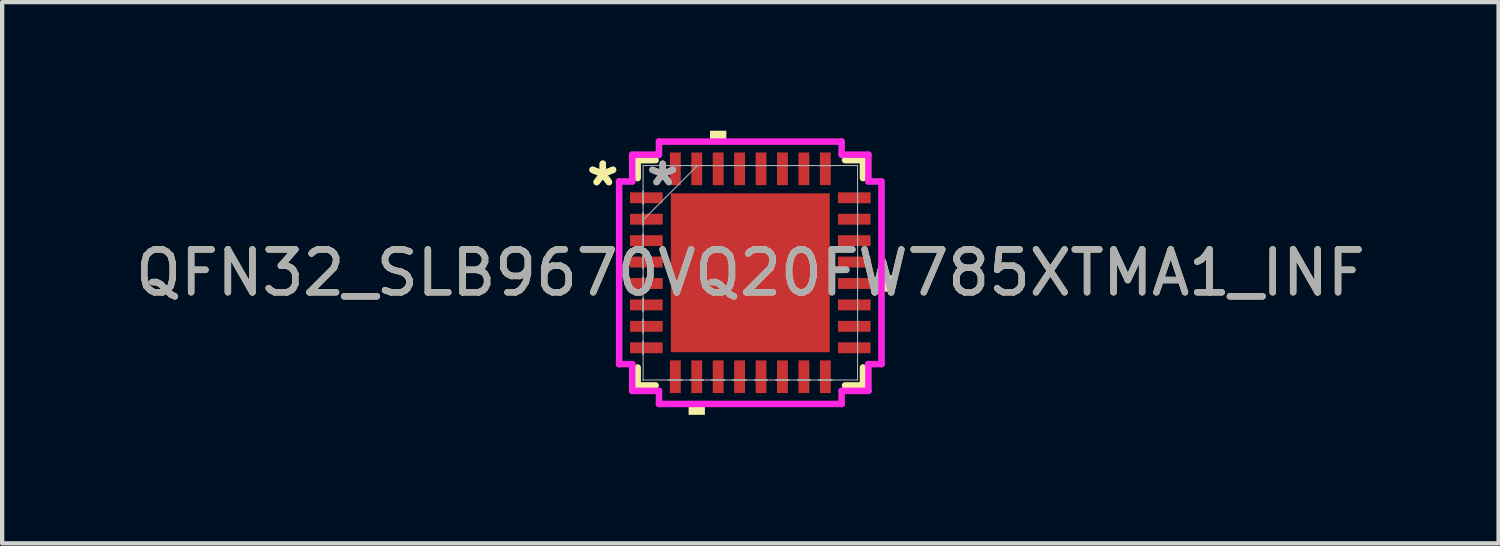
<source format=kicad_pcb>
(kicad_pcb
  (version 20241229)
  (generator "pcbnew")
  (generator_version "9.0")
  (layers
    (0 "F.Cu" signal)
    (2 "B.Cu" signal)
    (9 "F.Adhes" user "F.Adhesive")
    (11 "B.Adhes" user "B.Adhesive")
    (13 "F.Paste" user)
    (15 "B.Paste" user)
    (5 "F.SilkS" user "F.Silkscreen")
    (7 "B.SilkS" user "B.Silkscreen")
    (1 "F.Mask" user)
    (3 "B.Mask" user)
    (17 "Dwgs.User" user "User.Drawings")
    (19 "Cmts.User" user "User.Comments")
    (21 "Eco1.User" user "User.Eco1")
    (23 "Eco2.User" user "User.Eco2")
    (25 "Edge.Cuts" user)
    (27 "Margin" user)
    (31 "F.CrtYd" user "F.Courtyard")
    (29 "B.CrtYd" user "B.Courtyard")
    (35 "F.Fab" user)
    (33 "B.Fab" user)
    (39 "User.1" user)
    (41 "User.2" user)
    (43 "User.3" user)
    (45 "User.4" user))
  (footprint "QFN32_SLB9670VQ20FW785XTMA1_INF"
    (layer "F.Cu")
    (at 14.458 3.315)
    (property "Reference" "QFN32_SLB9670VQ20FW785XTMA1_INF" (at 0 0 0) (unlocked yes) (layer "F.SilkS") (effects (font (size 1 1) (thickness 0.15))))
    (attr smd)
    (fp_line (start -2.629 -2.629) (end -2.629 -2.21) (stroke (width 0.152) (type solid)) (layer "F.SilkS"))
    (fp_line (start -2.629 2.21) (end -2.629 2.629) (stroke (width 0.152) (type solid)) (layer "F.SilkS"))
    (fp_line (start -2.629 2.629) (end -2.21 2.629) (stroke (width 0.152) (type solid)) (layer "F.SilkS"))
    (fp_line (start -2.21 -2.629) (end -2.629 -2.629) (stroke (width 0.152) (type solid)) (layer "F.SilkS"))
    (fp_line (start 2.21 2.629) (end 2.629 2.629) (stroke (width 0.152) (type solid)) (layer "F.SilkS"))
    (fp_line (start 2.629 -2.629) (end 2.21 -2.629) (stroke (width 0.152) (type solid)) (layer "F.SilkS"))
    (fp_line (start 2.629 -2.21) (end 2.629 -2.629) (stroke (width 0.152) (type solid)) (layer "F.SilkS"))
    (fp_line (start 2.629 2.629) (end 2.629 2.21) (stroke (width 0.152) (type solid)) (layer "F.SilkS"))
    (fp_poly (pts (xy -1.44 3.061) (xy -1.44 3.315) (xy -1.06 3.315) (xy -1.06 3.061)) (stroke (width 0) (type solid)) (fill yes) (layer "F.SilkS"))
    (fp_poly (pts (xy -0.941 -3.061) (xy -0.941 -3.315) (xy -0.56 -3.315) (xy -0.56 -3.061)) (stroke (width 0) (type solid)) (fill yes) (layer "F.SilkS"))
    (fp_poly (pts (xy 3.315 0.059) (xy 3.315 0.441) (xy 3.061 0.441) (xy 3.061 0.059)) (stroke (width 0) (type solid)) (fill yes) (layer "F.SilkS"))
    (fp_poly (pts (xy -1.754 -1.754) (xy -1.754 -0.1) (xy -0.1 -0.1) (xy -0.1 -1.754)) (stroke (width 0) (type solid)) (fill yes) (layer "F.Paste"))
    (fp_poly (pts (xy -1.754 0.1) (xy -1.754 1.754) (xy -0.1 1.754) (xy -0.1 0.1)) (stroke (width 0) (type solid)) (fill yes) (layer "F.Paste"))
    (fp_poly (pts (xy 0.1 -1.754) (xy 0.1 -0.1) (xy 1.754 -0.1) (xy 1.754 -1.754)) (stroke (width 0) (type solid)) (fill yes) (layer "F.Paste"))
    (fp_poly (pts (xy 0.1 0.1) (xy 0.1 1.754) (xy 1.754 1.754) (xy 1.754 0.1)) (stroke (width 0) (type solid)) (fill yes) (layer "F.Paste"))
    (fp_line (start -3.061 -2.131) (end -2.756 -2.131) (stroke (width 0.152) (type solid)) (layer "F.CrtYd"))
    (fp_line (start -3.061 2.131) (end -3.061 -2.131) (stroke (width 0.152) (type solid)) (layer "F.CrtYd"))
    (fp_line (start -2.756 -2.756) (end -2.131 -2.756) (stroke (width 0.152) (type solid)) (layer "F.CrtYd"))
    (fp_line (start -2.756 -2.131) (end -2.756 -2.756) (stroke (width 0.152) (type solid)) (layer "F.CrtYd"))
    (fp_line (start -2.756 2.131) (end -3.061 2.131) (stroke (width 0.152) (type solid)) (layer "F.CrtYd"))
    (fp_line (start -2.756 2.756) (end -2.756 2.131) (stroke (width 0.152) (type solid)) (layer "F.CrtYd"))
    (fp_line (start -2.131 -3.061) (end 2.131 -3.061) (stroke (width 0.152) (type solid)) (layer "F.CrtYd"))
    (fp_line (start -2.131 -2.756) (end -2.131 -3.061) (stroke (width 0.152) (type solid)) (layer "F.CrtYd"))
    (fp_line (start -2.131 2.756) (end -2.756 2.756) (stroke (width 0.152) (type solid)) (layer "F.CrtYd"))
    (fp_line (start -2.131 3.061) (end -2.131 2.756) (stroke (width 0.152) (type solid)) (layer "F.CrtYd"))
    (fp_line (start 2.131 -3.061) (end 2.131 -2.756) (stroke (width 0.152) (type solid)) (layer "F.CrtYd"))
    (fp_line (start 2.131 -2.756) (end 2.756 -2.756) (stroke (width 0.152) (type solid)) (layer "F.CrtYd"))
    (fp_line (start 2.131 2.756) (end 2.131 3.061) (stroke (width 0.152) (type solid)) (layer "F.CrtYd"))
    (fp_line (start 2.131 3.061) (end -2.131 3.061) (stroke (width 0.152) (type solid)) (layer "F.CrtYd"))
    (fp_line (start 2.756 -2.756) (end 2.756 -2.131) (stroke (width 0.152) (type solid)) (layer "F.CrtYd"))
    (fp_line (start 2.756 -2.131) (end 3.061 -2.131) (stroke (width 0.152) (type solid)) (layer "F.CrtYd"))
    (fp_line (start 2.756 2.131) (end 2.756 2.756) (stroke (width 0.152) (type solid)) (layer "F.CrtYd"))
    (fp_line (start 2.756 2.756) (end 2.131 2.756) (stroke (width 0.152) (type solid)) (layer "F.CrtYd"))
    (fp_line (start 3.061 -2.131) (end 3.061 2.131) (stroke (width 0.152) (type solid)) (layer "F.CrtYd"))
    (fp_line (start 3.061 2.131) (end 2.756 2.131) (stroke (width 0.152) (type solid)) (layer "F.CrtYd"))
    (fp_line (start -2.502 -2.502) (end -2.502 -2.502) (stroke (width 0.025) (type solid)) (layer "F.Fab"))
    (fp_line (start -2.502 -2.502) (end -2.502 2.502) (stroke (width 0.025) (type solid)) (layer "F.Fab"))
    (fp_line (start -2.502 -1.902) (end -2.502 -1.902) (stroke (width 0.025) (type solid)) (layer "F.Fab"))
    (fp_line (start -2.502 -1.902) (end -2.502 -1.598) (stroke (width 0.025) (type solid)) (layer "F.Fab"))
    (fp_line (start -2.502 -1.598) (end -2.502 -1.902) (stroke (width 0.025) (type solid)) (layer "F.Fab"))
    (fp_line (start -2.502 -1.598) (end -2.502 -1.598) (stroke (width 0.025) (type solid)) (layer "F.Fab"))
    (fp_line (start -2.502 -1.402) (end -2.502 -1.402) (stroke (width 0.025) (type solid)) (layer "F.Fab"))
    (fp_line (start -2.502 -1.402) (end -2.502 -1.098) (stroke (width 0.025) (type solid)) (layer "F.Fab"))
    (fp_line (start -2.502 -1.232) (end -1.232 -2.502) (stroke (width 0.025) (type solid)) (layer "F.Fab"))
    (fp_line (start -2.502 -1.098) (end -2.502 -1.402) (stroke (width 0.025) (type solid)) (layer "F.Fab"))
    (fp_line (start -2.502 -1.098) (end -2.502 -1.098) (stroke (width 0.025) (type solid)) (layer "F.Fab"))
    (fp_line (start -2.502 -0.902) (end -2.502 -0.902) (stroke (width 0.025) (type solid)) (layer "F.Fab"))
    (fp_line (start -2.502 -0.902) (end -2.502 -0.598) (stroke (width 0.025) (type solid)) (layer "F.Fab"))
    (fp_line (start -2.502 -0.598) (end -2.502 -0.902) (stroke (width 0.025) (type solid)) (layer "F.Fab"))
    (fp_line (start -2.502 -0.598) (end -2.502 -0.598) (stroke (width 0.025) (type solid)) (layer "F.Fab"))
    (fp_line (start -2.502 -0.402) (end -2.502 -0.402) (stroke (width 0.025) (type solid)) (layer "F.Fab"))
    (fp_line (start -2.502 -0.402) (end -2.502 -0.098) (stroke (width 0.025) (type solid)) (layer "F.Fab"))
    (fp_line (start -2.502 -0.098) (end -2.502 -0.402) (stroke (width 0.025) (type solid)) (layer "F.Fab"))
    (fp_line (start -2.502 -0.098) (end -2.502 -0.098) (stroke (width 0.025) (type solid)) (layer "F.Fab"))
    (fp_line (start -2.502 0.098) (end -2.502 0.098) (stroke (width 0.025) (type solid)) (layer "F.Fab"))
    (fp_line (start -2.502 0.098) (end -2.502 0.402) (stroke (width 0.025) (type solid)) (layer "F.Fab"))
    (fp_line (start -2.502 0.402) (end -2.502 0.098) (stroke (width 0.025) (type solid)) (layer "F.Fab"))
    (fp_line (start -2.502 0.402) (end -2.502 0.402) (stroke (width 0.025) (type solid)) (layer "F.Fab"))
    (fp_line (start -2.502 0.598) (end -2.502 0.598) (stroke (width 0.025) (type solid)) (layer "F.Fab"))
    (fp_line (start -2.502 0.598) (end -2.502 0.902) (stroke (width 0.025) (type solid)) (layer "F.Fab"))
    (fp_line (start -2.502 0.902) (end -2.502 0.598) (stroke (width 0.025) (type solid)) (layer "F.Fab"))
    (fp_line (start -2.502 0.902) (end -2.502 0.902) (stroke (width 0.025) (type solid)) (layer "F.Fab"))
    (fp_line (start -2.502 1.098) (end -2.502 1.098) (stroke (width 0.025) (type solid)) (layer "F.Fab"))
    (fp_line (start -2.502 1.098) (end -2.502 1.402) (stroke (width 0.025) (type solid)) (layer "F.Fab"))
    (fp_line (start -2.502 1.402) (end -2.502 1.098) (stroke (width 0.025) (type solid)) (layer "F.Fab"))
    (fp_line (start -2.502 1.402) (end -2.502 1.402) (stroke (width 0.025) (type solid)) (layer "F.Fab"))
    (fp_line (start -2.502 1.598) (end -2.502 1.598) (stroke (width 0.025) (type solid)) (layer "F.Fab"))
    (fp_line (start -2.502 1.598) (end -2.502 1.902) (stroke (width 0.025) (type solid)) (layer "F.Fab"))
    (fp_line (start -2.502 1.902) (end -2.502 1.598) (stroke (width 0.025) (type solid)) (layer "F.Fab"))
    (fp_line (start -2.502 1.902) (end -2.502 1.902) (stroke (width 0.025) (type solid)) (layer "F.Fab"))
    (fp_line (start -2.502 2.502) (end -2.502 2.502) (stroke (width 0.025) (type solid)) (layer "F.Fab"))
    (fp_line (start -2.502 2.502) (end 2.502 2.502) (stroke (width 0.025) (type solid)) (layer "F.Fab"))
    (fp_line (start -1.902 -2.502) (end -1.902 -2.502) (stroke (width 0.025) (type solid)) (layer "F.Fab"))
    (fp_line (start -1.902 -2.502) (end -1.598 -2.502) (stroke (width 0.025) (type solid)) (layer "F.Fab"))
    (fp_line (start -1.902 2.502) (end -1.902 2.502) (stroke (width 0.025) (type solid)) (layer "F.Fab"))
    (fp_line (start -1.902 2.502) (end -1.598 2.502) (stroke (width 0.025) (type solid)) (layer "F.Fab"))
    (fp_line (start -1.598 -2.502) (end -1.902 -2.502) (stroke (width 0.025) (type solid)) (layer "F.Fab"))
    (fp_line (start -1.598 -2.502) (end -1.598 -2.502) (stroke (width 0.025) (type solid)) (layer "F.Fab"))
    (fp_line (start -1.598 2.502) (end -1.902 2.502) (stroke (width 0.025) (type solid)) (layer "F.Fab"))
    (fp_line (start -1.598 2.502) (end -1.598 2.502) (stroke (width 0.025) (type solid)) (layer "F.Fab"))
    (fp_line (start -1.402 -2.502) (end -1.402 -2.502) (stroke (width 0.025) (type solid)) (layer "F.Fab"))
    (fp_line (start -1.402 -2.502) (end -1.098 -2.502) (stroke (width 0.025) (type solid)) (layer "F.Fab"))
    (fp_line (start -1.402 2.502) (end -1.402 2.502) (stroke (width 0.025) (type solid)) (layer "F.Fab"))
    (fp_line (start -1.402 2.502) (end -1.098 2.502) (stroke (width 0.025) (type solid)) (layer "F.Fab"))
    (fp_line (start -1.098 -2.502) (end -1.402 -2.502) (stroke (width 0.025) (type solid)) (layer "F.Fab"))
    (fp_line (start -1.098 -2.502) (end -1.098 -2.502) (stroke (width 0.025) (type solid)) (layer "F.Fab"))
    (fp_line (start -1.098 2.502) (end -1.402 2.502) (stroke (width 0.025) (type solid)) (layer "F.Fab"))
    (fp_line (start -1.098 2.502) (end -1.098 2.502) (stroke (width 0.025) (type solid)) (layer "F.Fab"))
    (fp_line (start -0.902 -2.502) (end -0.902 -2.502) (stroke (width 0.025) (type solid)) (layer "F.Fab"))
    (fp_line (start -0.902 -2.502) (end -0.598 -2.502) (stroke (width 0.025) (type solid)) (layer "F.Fab"))
    (fp_line (start -0.902 2.502) (end -0.902 2.502) (stroke (width 0.025) (type solid)) (layer "F.Fab"))
    (fp_line (start -0.902 2.502) (end -0.598 2.502) (stroke (width 0.025) (type solid)) (layer "F.Fab"))
    (fp_line (start -0.598 -2.502) (end -0.902 -2.502) (stroke (width 0.025) (type solid)) (layer "F.Fab"))
    (fp_line (start -0.598 -2.502) (end -0.598 -2.502) (stroke (width 0.025) (type solid)) (layer "F.Fab"))
    (fp_line (start -0.598 2.502) (end -0.902 2.502) (stroke (width 0.025) (type solid)) (layer "F.Fab"))
    (fp_line (start -0.598 2.502) (end -0.598 2.502) (stroke (width 0.025) (type solid)) (layer "F.Fab"))
    (fp_line (start -0.402 -2.502) (end -0.402 -2.502) (stroke (width 0.025) (type solid)) (layer "F.Fab"))
    (fp_line (start -0.402 -2.502) (end -0.098 -2.502) (stroke (width 0.025) (type solid)) (layer "F.Fab"))
    (fp_line (start -0.402 2.502) (end -0.402 2.502) (stroke (width 0.025) (type solid)) (layer "F.Fab"))
    (fp_line (start -0.402 2.502) (end -0.098 2.502) (stroke (width 0.025) (type solid)) (layer "F.Fab"))
    (fp_line (start -0.098 -2.502) (end -0.402 -2.502) (stroke (width 0.025) (type solid)) (layer "F.Fab"))
    (fp_line (start -0.098 -2.502) (end -0.098 -2.502) (stroke (width 0.025) (type solid)) (layer "F.Fab"))
    (fp_line (start -0.098 2.502) (end -0.402 2.502) (stroke (width 0.025) (type solid)) (layer "F.Fab"))
    (fp_line (start -0.098 2.502) (end -0.098 2.502) (stroke (width 0.025) (type solid)) (layer "F.Fab"))
    (fp_line (start 0.098 -2.502) (end 0.098 -2.502) (stroke (width 0.025) (type solid)) (layer "F.Fab"))
    (fp_line (start 0.098 -2.502) (end 0.402 -2.502) (stroke (width 0.025) (type solid)) (layer "F.Fab"))
    (fp_line (start 0.098 2.502) (end 0.098 2.502) (stroke (width 0.025) (type solid)) (layer "F.Fab"))
    (fp_line (start 0.098 2.502) (end 0.402 2.502) (stroke (width 0.025) (type solid)) (layer "F.Fab"))
    (fp_line (start 0.402 -2.502) (end 0.098 -2.502) (stroke (width 0.025) (type solid)) (layer "F.Fab"))
    (fp_line (start 0.402 -2.502) (end 0.402 -2.502) (stroke (width 0.025) (type solid)) (layer "F.Fab"))
    (fp_line (start 0.402 2.502) (end 0.098 2.502) (stroke (width 0.025) (type solid)) (layer "F.Fab"))
    (fp_line (start 0.402 2.502) (end 0.402 2.502) (stroke (width 0.025) (type solid)) (layer "F.Fab"))
    (fp_line (start 0.598 -2.502) (end 0.598 -2.502) (stroke (width 0.025) (type solid)) (layer "F.Fab"))
    (fp_line (start 0.598 -2.502) (end 0.902 -2.502) (stroke (width 0.025) (type solid)) (layer "F.Fab"))
    (fp_line (start 0.598 2.502) (end 0.598 2.502) (stroke (width 0.025) (type solid)) (layer "F.Fab"))
    (fp_line (start 0.598 2.502) (end 0.902 2.502) (stroke (width 0.025) (type solid)) (layer "F.Fab"))
    (fp_line (start 0.902 -2.502) (end 0.598 -2.502) (stroke (width 0.025) (type solid)) (layer "F.Fab"))
    (fp_line (start 0.902 -2.502) (end 0.902 -2.502) (stroke (width 0.025) (type solid)) (layer "F.Fab"))
    (fp_line (start 0.902 2.502) (end 0.598 2.502) (stroke (width 0.025) (type solid)) (layer "F.Fab"))
    (fp_line (start 0.902 2.502) (end 0.902 2.502) (stroke (width 0.025) (type solid)) (layer "F.Fab"))
    (fp_line (start 1.098 -2.502) (end 1.098 -2.502) (stroke (width 0.025) (type solid)) (layer "F.Fab"))
    (fp_line (start 1.098 -2.502) (end 1.402 -2.502) (stroke (width 0.025) (type solid)) (layer "F.Fab"))
    (fp_line (start 1.098 2.502) (end 1.098 2.502) (stroke (width 0.025) (type solid)) (layer "F.Fab"))
    (fp_line (start 1.098 2.502) (end 1.402 2.502) (stroke (width 0.025) (type solid)) (layer "F.Fab"))
    (fp_line (start 1.402 -2.502) (end 1.098 -2.502) (stroke (width 0.025) (type solid)) (layer "F.Fab"))
    (fp_line (start 1.402 -2.502) (end 1.402 -2.502) (stroke (width 0.025) (type solid)) (layer "F.Fab"))
    (fp_line (start 1.402 2.502) (end 1.098 2.502) (stroke (width 0.025) (type solid)) (layer "F.Fab"))
    (fp_line (start 1.402 2.502) (end 1.402 2.502) (stroke (width 0.025) (type solid)) (layer "F.Fab"))
    (fp_line (start 1.598 -2.502) (end 1.598 -2.502) (stroke (width 0.025) (type solid)) (layer "F.Fab"))
    (fp_line (start 1.598 -2.502) (end 1.902 -2.502) (stroke (width 0.025) (type solid)) (layer "F.Fab"))
    (fp_line (start 1.598 2.502) (end 1.598 2.502) (stroke (width 0.025) (type solid)) (layer "F.Fab"))
    (fp_line (start 1.598 2.502) (end 1.902 2.502) (stroke (width 0.025) (type solid)) (layer "F.Fab"))
    (fp_line (start 1.902 -2.502) (end 1.598 -2.502) (stroke (width 0.025) (type solid)) (layer "F.Fab"))
    (fp_line (start 1.902 -2.502) (end 1.902 -2.502) (stroke (width 0.025) (type solid)) (layer "F.Fab"))
    (fp_line (start 1.902 2.502) (end 1.598 2.502) (stroke (width 0.025) (type solid)) (layer "F.Fab"))
    (fp_line (start 1.902 2.502) (end 1.902 2.502) (stroke (width 0.025) (type solid)) (layer "F.Fab"))
    (fp_line (start 2.502 -2.502) (end -2.502 -2.502) (stroke (width 0.025) (type solid)) (layer "F.Fab"))
    (fp_line (start 2.502 -2.502) (end 2.502 -2.502) (stroke (width 0.025) (type solid)) (layer "F.Fab"))
    (fp_line (start 2.502 -1.902) (end 2.502 -1.902) (stroke (width 0.025) (type solid)) (layer "F.Fab"))
    (fp_line (start 2.502 -1.902) (end 2.502 -1.598) (stroke (width 0.025) (type solid)) (layer "F.Fab"))
    (fp_line (start 2.502 -1.598) (end 2.502 -1.902) (stroke (width 0.025) (type solid)) (layer "F.Fab"))
    (fp_line (start 2.502 -1.598) (end 2.502 -1.598) (stroke (width 0.025) (type solid)) (layer "F.Fab"))
    (fp_line (start 2.502 -1.402) (end 2.502 -1.402) (stroke (width 0.025) (type solid)) (layer "F.Fab"))
    (fp_line (start 2.502 -1.402) (end 2.502 -1.098) (stroke (width 0.025) (type solid)) (layer "F.Fab"))
    (fp_line (start 2.502 -1.098) (end 2.502 -1.402) (stroke (width 0.025) (type solid)) (layer "F.Fab"))
    (fp_line (start 2.502 -1.098) (end 2.502 -1.098) (stroke (width 0.025) (type solid)) (layer "F.Fab"))
    (fp_line (start 2.502 -0.902) (end 2.502 -0.902) (stroke (width 0.025) (type solid)) (layer "F.Fab"))
    (fp_line (start 2.502 -0.902) (end 2.502 -0.598) (stroke (width 0.025) (type solid)) (layer "F.Fab"))
    (fp_line (start 2.502 -0.598) (end 2.502 -0.902) (stroke (width 0.025) (type solid)) (layer "F.Fab"))
    (fp_line (start 2.502 -0.598) (end 2.502 -0.598) (stroke (width 0.025) (type solid)) (layer "F.Fab"))
    (fp_line (start 2.502 -0.402) (end 2.502 -0.402) (stroke (width 0.025) (type solid)) (layer "F.Fab"))
    (fp_line (start 2.502 -0.402) (end 2.502 -0.098) (stroke (width 0.025) (type solid)) (layer "F.Fab"))
    (fp_line (start 2.502 -0.098) (end 2.502 -0.402) (stroke (width 0.025) (type solid)) (layer "F.Fab"))
    (fp_line (start 2.502 -0.098) (end 2.502 -0.098) (stroke (width 0.025) (type solid)) (layer "F.Fab"))
    (fp_line (start 2.502 0.098) (end 2.502 0.098) (stroke (width 0.025) (type solid)) (layer "F.Fab"))
    (fp_line (start 2.502 0.098) (end 2.502 0.402) (stroke (width 0.025) (type solid)) (layer "F.Fab"))
    (fp_line (start 2.502 0.402) (end 2.502 0.098) (stroke (width 0.025) (type solid)) (layer "F.Fab"))
    (fp_line (start 2.502 0.402) (end 2.502 0.402) (stroke (width 0.025) (type solid)) (layer "F.Fab"))
    (fp_line (start 2.502 0.598) (end 2.502 0.598) (stroke (width 0.025) (type solid)) (layer "F.Fab"))
    (fp_line (start 2.502 0.598) (end 2.502 0.902) (stroke (width 0.025) (type solid)) (layer "F.Fab"))
    (fp_line (start 2.502 0.902) (end 2.502 0.598) (stroke (width 0.025) (type solid)) (layer "F.Fab"))
    (fp_line (start 2.502 0.902) (end 2.502 0.902) (stroke (width 0.025) (type solid)) (layer "F.Fab"))
    (fp_line (start 2.502 1.098) (end 2.502 1.098) (stroke (width 0.025) (type solid)) (layer "F.Fab"))
    (fp_line (start 2.502 1.098) (end 2.502 1.402) (stroke (width 0.025) (type solid)) (layer "F.Fab"))
    (fp_line (start 2.502 1.402) (end 2.502 1.098) (stroke (width 0.025) (type solid)) (layer "F.Fab"))
    (fp_line (start 2.502 1.402) (end 2.502 1.402) (stroke (width 0.025) (type solid)) (layer "F.Fab"))
    (fp_line (start 2.502 1.598) (end 2.502 1.598) (stroke (width 0.025) (type solid)) (layer "F.Fab"))
    (fp_line (start 2.502 1.598) (end 2.502 1.902) (stroke (width 0.025) (type solid)) (layer "F.Fab"))
    (fp_line (start 2.502 1.902) (end 2.502 1.598) (stroke (width 0.025) (type solid)) (layer "F.Fab"))
    (fp_line (start 2.502 1.902) (end 2.502 1.902) (stroke (width 0.025) (type solid)) (layer "F.Fab"))
    (fp_line (start 2.502 2.502) (end 2.502 -2.502) (stroke (width 0.025) (type solid)) (layer "F.Fab"))
    (fp_line (start 2.502 2.502) (end 2.502 2.502) (stroke (width 0.025) (type solid)) (layer "F.Fab"))
    (fp_text user "*" (at -3.442 -2 0) (layer "F.SilkS") (effects (font (size 1 1) (thickness 0.15))))
    (fp_text user "*" (at -3.442 -2 0) (unlocked yes) (layer "F.SilkS") (effects (font (size 1 1) (thickness 0.15))))
    (fp_text user "${REFERENCE}" (at 0 0 0) (unlocked yes) (layer "F.Fab") (effects (font (size 1 1) (thickness 0.15))))
    (fp_text user "*" (at -2.045 -2 0) (layer "F.Fab") (effects (font (size 1 1) (thickness 0.15))))
    (fp_text user "*" (at -2.045 -2 0) (unlocked yes) (layer "F.Fab") (effects (font (size 1 1) (thickness 0.15))))
    (pad "1" smd rect (at -2.426 -1.75 90) (size 0.254 0.762) (layers "F.Cu" "F.Mask" "F.Paste"))
    (pad "2" smd rect (at -2.426 -1.25 90) (size 0.254 0.762) (layers "F.Cu" "F.Mask" "F.Paste"))
    (pad "3" smd rect (at -2.426 -0.75 90) (size 0.254 0.762) (layers "F.Cu" "F.Mask" "F.Paste"))
    (pad "4" smd rect (at -2.426 -0.25 90) (size 0.254 0.762) (layers "F.Cu" "F.Mask" "F.Paste"))
    (pad "5" smd rect (at -2.426 0.25 90) (size 0.254 0.762) (layers "F.Cu" "F.Mask" "F.Paste"))
    (pad "6" smd rect (at -2.426 0.75 90) (size 0.254 0.762) (layers "F.Cu" "F.Mask" "F.Paste"))
    (pad "7" smd rect (at -2.426 1.25 90) (size 0.254 0.762) (layers "F.Cu" "F.Mask" "F.Paste"))
    (pad "8" smd rect (at -2.426 1.75 90) (size 0.254 0.762) (layers "F.Cu" "F.Mask" "F.Paste"))
    (pad "9" smd rect (at -1.75 2.426) (size 0.254 0.762) (layers "F.Cu" "F.Mask" "F.Paste"))
    (pad "10" smd rect (at -1.25 2.426) (size 0.254 0.762) (layers "F.Cu" "F.Mask" "F.Paste"))
    (pad "11" smd rect (at -0.75 2.426) (size 0.254 0.762) (layers "F.Cu" "F.Mask" "F.Paste"))
    (pad "12" smd rect (at -0.25 2.426) (size 0.254 0.762) (layers "F.Cu" "F.Mask" "F.Paste"))
    (pad "13" smd rect (at 0.25 2.426) (size 0.254 0.762) (layers "F.Cu" "F.Mask" "F.Paste"))
    (pad "14" smd rect (at 0.75 2.426) (size 0.254 0.762) (layers "F.Cu" "F.Mask" "F.Paste"))
    (pad "15" smd rect (at 1.25 2.426) (size 0.254 0.762) (layers "F.Cu" "F.Mask" "F.Paste"))
    (pad "16" smd rect (at 1.75 2.426) (size 0.254 0.762) (layers "F.Cu" "F.Mask" "F.Paste"))
    (pad "17" smd rect (at 2.426 1.75 90) (size 0.254 0.762) (layers "F.Cu" "F.Mask" "F.Paste"))
    (pad "18" smd rect (at 2.426 1.25 90) (size 0.254 0.762) (layers "F.Cu" "F.Mask" "F.Paste"))
    (pad "19" smd rect (at 2.426 0.75 90) (size 0.254 0.762) (layers "F.Cu" "F.Mask" "F.Paste"))
    (pad "20" smd rect (at 2.426 0.25 90) (size 0.254 0.762) (layers "F.Cu" "F.Mask" "F.Paste"))
    (pad "21" smd rect (at 2.426 -0.25 90) (size 0.254 0.762) (layers "F.Cu" "F.Mask" "F.Paste"))
    (pad "22" smd rect (at 2.426 -0.75 90) (size 0.254 0.762) (layers "F.Cu" "F.Mask" "F.Paste"))
    (pad "23" smd rect (at 2.426 -1.25 90) (size 0.254 0.762) (layers "F.Cu" "F.Mask" "F.Paste"))
    (pad "24" smd rect (at 2.426 -1.75 90) (size 0.254 0.762) (layers "F.Cu" "F.Mask" "F.Paste"))
    (pad "25" smd rect (at 1.75 -2.426) (size 0.254 0.762) (layers "F.Cu" "F.Mask" "F.Paste"))
    (pad "26" smd rect (at 1.25 -2.426) (size 0.254 0.762) (layers "F.Cu" "F.Mask" "F.Paste"))
    (pad "27" smd rect (at 0.75 -2.426) (size 0.254 0.762) (layers "F.Cu" "F.Mask" "F.Paste"))
    (pad "28" smd rect (at 0.25 -2.426) (size 0.254 0.762) (layers "F.Cu" "F.Mask" "F.Paste"))
    (pad "29" smd rect (at -0.25 -2.426) (size 0.254 0.762) (layers "F.Cu" "F.Mask" "F.Paste"))
    (pad "30" smd rect (at -0.75 -2.426) (size 0.254 0.762) (layers "F.Cu" "F.Mask" "F.Paste"))
    (pad "31" smd rect (at -1.25 -2.426) (size 0.254 0.762) (layers "F.Cu" "F.Mask" "F.Paste"))
    (pad "32" smd rect (at -1.75 -2.426) (size 0.254 0.762) (layers "F.Cu" "F.Mask" "F.Paste"))
    (pad "33" smd rect (at 0 0) (size 3.708 3.708) (layers "F.Cu" "F.Mask")))
  (gr_rect
    (start -3 -3)
    (end 31.917 9.629)
    (stroke (width 0.1) (type default))
    (fill no)
    (layer "Edge.Cuts")))
</source>
